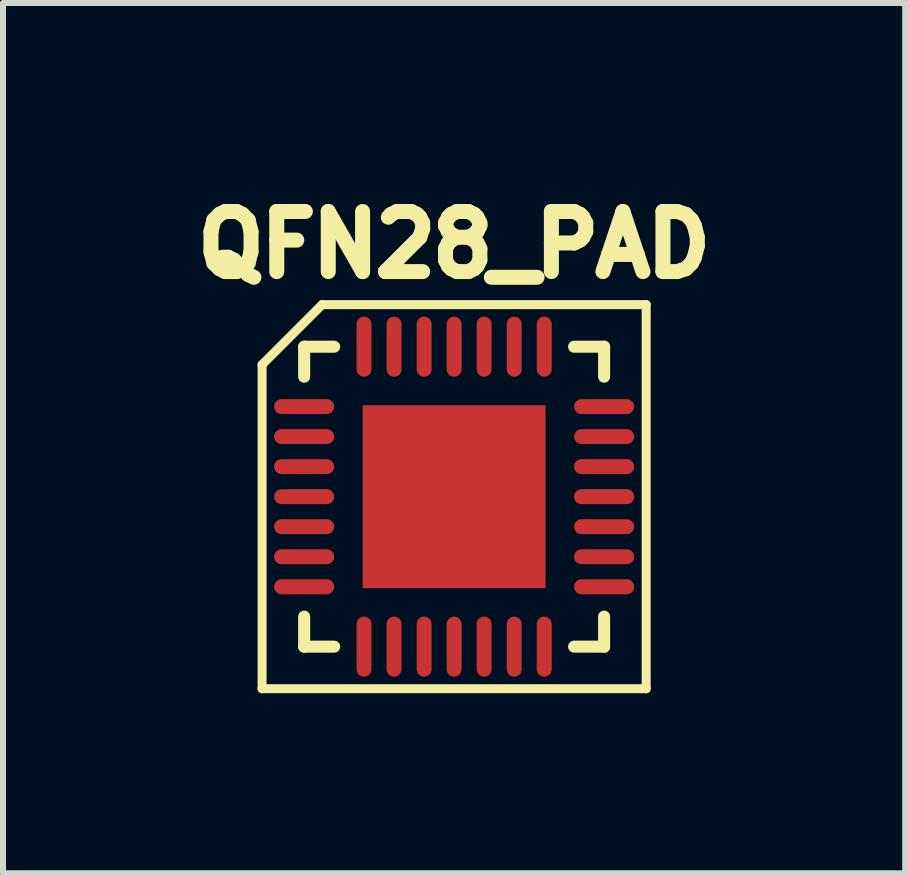
<source format=kicad_pcb>
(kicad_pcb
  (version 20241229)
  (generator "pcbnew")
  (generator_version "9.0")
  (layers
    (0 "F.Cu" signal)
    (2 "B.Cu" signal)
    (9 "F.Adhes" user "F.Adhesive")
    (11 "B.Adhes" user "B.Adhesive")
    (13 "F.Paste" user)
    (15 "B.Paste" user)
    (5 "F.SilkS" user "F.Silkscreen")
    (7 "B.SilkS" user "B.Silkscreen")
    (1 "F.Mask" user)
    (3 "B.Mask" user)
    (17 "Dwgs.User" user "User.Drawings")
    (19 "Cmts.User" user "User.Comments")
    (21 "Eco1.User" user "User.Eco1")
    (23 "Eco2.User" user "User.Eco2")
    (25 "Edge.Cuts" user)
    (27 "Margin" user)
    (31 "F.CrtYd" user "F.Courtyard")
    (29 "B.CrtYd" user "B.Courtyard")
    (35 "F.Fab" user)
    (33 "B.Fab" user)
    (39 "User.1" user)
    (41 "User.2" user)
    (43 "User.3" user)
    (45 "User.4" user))
  (footprint "QFN28_PAD"
    (layer "F.Cu")
    (at 4.517 5.226)
    (property "Reference" "QFN28_PAD" (at 0 -4.201 0) (layer "F.SilkS") (effects (font (size 1.001 1.001) (thickness 0.305))))
    (attr through_hole)
    (fp_line (start -3.2 -2.2) (end -3.2 3.2) (stroke (width 0.15) (type solid)) (layer "F.SilkS"))
    (fp_line (start -3.2 3.2) (end 3.2 3.2) (stroke (width 0.15) (type solid)) (layer "F.SilkS"))
    (fp_line (start -2.499 -2.499) (end -2.499 -1.999) (stroke (width 0.201) (type solid)) (layer "F.SilkS"))
    (fp_line (start -2.499 1.999) (end -2.499 2.499) (stroke (width 0.201) (type solid)) (layer "F.SilkS"))
    (fp_line (start -2.499 2.499) (end -1.999 2.499) (stroke (width 0.201) (type solid)) (layer "F.SilkS"))
    (fp_line (start -2.2 -3.2) (end -3.2 -2.2) (stroke (width 0.15) (type solid)) (layer "F.SilkS"))
    (fp_line (start -1.999 -2.499) (end -2.499 -2.499) (stroke (width 0.201) (type solid)) (layer "F.SilkS"))
    (fp_line (start 1.999 2.499) (end 2.499 2.499) (stroke (width 0.201) (type solid)) (layer "F.SilkS"))
    (fp_line (start 2.499 -2.499) (end 1.999 -2.499) (stroke (width 0.201) (type solid)) (layer "F.SilkS"))
    (fp_line (start 2.499 -1.999) (end 2.499 -2.499) (stroke (width 0.201) (type solid)) (layer "F.SilkS"))
    (fp_line (start 2.499 2.499) (end 2.499 1.999) (stroke (width 0.201) (type solid)) (layer "F.SilkS"))
    (fp_line (start 3.2 -3.2) (end -2.2 -3.2) (stroke (width 0.15) (type solid)) (layer "F.SilkS"))
    (fp_line (start 3.2 3.2) (end 3.2 -3.2) (stroke (width 0.15) (type solid)) (layer "F.SilkS"))
    (pad "1" smd oval (at -2.499 -1.501) (size 1.001 0.249) (layers "F.Cu" "F.Mask" "F.Paste"))
    (pad "2" smd oval (at -2.499 -1.001) (size 1.001 0.249) (layers "F.Cu" "F.Mask" "F.Paste"))
    (pad "3" smd oval (at -2.499 -0.5) (size 1.001 0.249) (layers "F.Cu" "F.Mask" "F.Paste"))
    (pad "4" smd oval (at -2.499 0) (size 1.001 0.249) (layers "F.Cu" "F.Mask" "F.Paste"))
    (pad "5" smd oval (at -2.499 0.5) (size 1.001 0.249) (layers "F.Cu" "F.Mask" "F.Paste"))
    (pad "6" smd oval (at -2.499 1.001) (size 1.001 0.249) (layers "F.Cu" "F.Mask" "F.Paste"))
    (pad "7" smd oval (at -2.499 1.501) (size 1.001 0.249) (layers "F.Cu" "F.Mask" "F.Paste"))
    (pad "8" smd oval (at -1.501 2.499 90) (size 1.001 0.249) (layers "F.Cu" "F.Mask" "F.Paste"))
    (pad "9" smd oval (at -1.001 2.499 90) (size 1.001 0.249) (layers "F.Cu" "F.Mask" "F.Paste"))
    (pad "10" smd oval (at -0.5 2.499 90) (size 1.001 0.249) (layers "F.Cu" "F.Mask" "F.Paste"))
    (pad "11" smd oval (at 0 2.499 90) (size 1.001 0.249) (layers "F.Cu" "F.Mask" "F.Paste"))
    (pad "12" smd oval (at 0.5 2.499 90) (size 1.001 0.249) (layers "F.Cu" "F.Mask" "F.Paste"))
    (pad "13" smd oval (at 1.001 2.499 90) (size 1.001 0.249) (layers "F.Cu" "F.Mask" "F.Paste"))
    (pad "14" smd oval (at 1.501 2.499 90) (size 1.001 0.249) (layers "F.Cu" "F.Mask" "F.Paste"))
    (pad "15" smd oval (at 2.499 1.501 180) (size 1.001 0.249) (layers "F.Cu" "F.Mask" "F.Paste"))
    (pad "16" smd oval (at 2.499 1.001 180) (size 1.001 0.249) (layers "F.Cu" "F.Mask" "F.Paste"))
    (pad "17" smd oval (at 2.499 0.5 180) (size 1.001 0.249) (layers "F.Cu" "F.Mask" "F.Paste"))
    (pad "18" smd oval (at 2.499 0 180) (size 1.001 0.249) (layers "F.Cu" "F.Mask" "F.Paste"))
    (pad "19" smd oval (at 2.499 -0.5 180) (size 1.001 0.249) (layers "F.Cu" "F.Mask" "F.Paste"))
    (pad "20" smd oval (at 2.499 -1.001 180) (size 1.001 0.249) (layers "F.Cu" "F.Mask" "F.Paste"))
    (pad "21" smd oval (at 2.499 -1.501 180) (size 1.001 0.249) (layers "F.Cu" "F.Mask" "F.Paste"))
    (pad "22" smd oval (at 1.501 -2.499 270) (size 1.001 0.249) (layers "F.Cu" "F.Mask" "F.Paste"))
    (pad "23" smd oval (at 1.001 -2.499 270) (size 1.001 0.249) (layers "F.Cu" "F.Mask" "F.Paste"))
    (pad "24" smd oval (at 0.5 -2.499 270) (size 1.001 0.249) (layers "F.Cu" "F.Mask" "F.Paste"))
    (pad "25" smd oval (at 0 -2.499 270) (size 1.001 0.249) (layers "F.Cu" "F.Mask" "F.Paste"))
    (pad "26" smd oval (at -0.5 -2.499 270) (size 1.001 0.249) (layers "F.Cu" "F.Mask" "F.Paste"))
    (pad "27" smd oval (at -1.001 -2.499 270) (size 1.001 0.249) (layers "F.Cu" "F.Mask" "F.Paste"))
    (pad "28" smd oval (at -1.501 -2.499 270) (size 1.001 0.249) (layers "F.Cu" "F.Mask" "F.Paste"))
    (pad "29" smd rect (at 0 0) (size 3.048 3.048) (layers "F.Cu" "F.Mask" "F.Paste")))
  (gr_rect
    (start -3 -3)
    (end 12.033 11.501)
    (stroke (width 0.1) (type default))
    (fill no)
    (layer "Edge.Cuts")))
</source>
